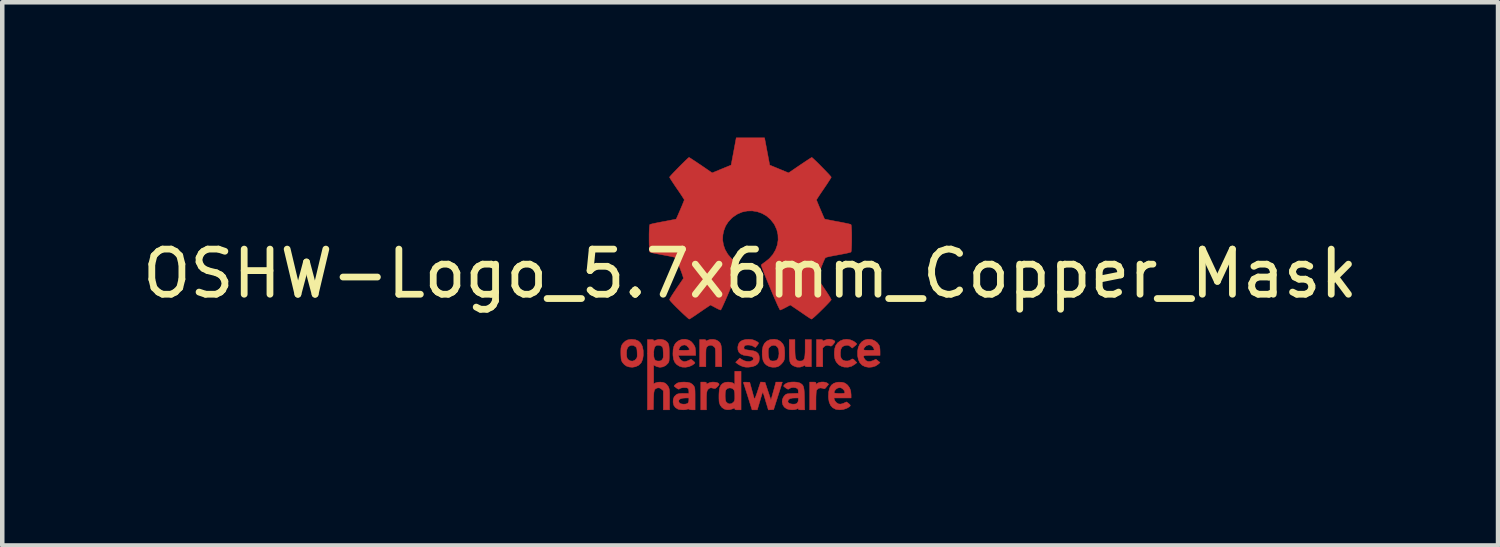
<source format=kicad_pcb>
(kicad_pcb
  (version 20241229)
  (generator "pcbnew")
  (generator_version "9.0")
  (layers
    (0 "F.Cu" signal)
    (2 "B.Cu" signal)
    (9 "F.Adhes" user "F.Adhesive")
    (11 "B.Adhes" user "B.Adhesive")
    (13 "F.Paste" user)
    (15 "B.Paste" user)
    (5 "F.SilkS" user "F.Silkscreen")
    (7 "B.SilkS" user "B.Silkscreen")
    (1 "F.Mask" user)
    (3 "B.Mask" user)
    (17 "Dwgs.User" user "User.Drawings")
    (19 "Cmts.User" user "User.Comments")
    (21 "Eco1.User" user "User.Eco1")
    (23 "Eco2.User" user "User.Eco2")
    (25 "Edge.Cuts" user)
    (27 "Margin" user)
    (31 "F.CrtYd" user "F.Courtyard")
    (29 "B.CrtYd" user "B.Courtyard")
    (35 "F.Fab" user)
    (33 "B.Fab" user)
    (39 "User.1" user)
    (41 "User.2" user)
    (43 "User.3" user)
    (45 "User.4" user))
  (footprint "OSHW-Logo_5.7x6mm_Copper_Mask"
    (layer "F.Cu")
    (at 13.577 3.017)
    (property "Reference" "OSHW-Logo_5.7x6mm_Copper_Mask" (at 0 0 0) (layer "F.SilkS") (effects (font (size 1 1) (thickness 0.15))))
    (attr exclude_from_pos_files exclude_from_bom)
    (fp_poly (pts (xy 1.799 1.458) (xy 1.843 1.471) (xy 1.871 1.488) (xy 1.88 1.501) (xy 1.877 1.517) (xy 1.861 1.541) (xy 1.847 1.559) (xy 1.819 1.59) (xy 1.798 1.604) (xy 1.78 1.603) (xy 1.726 1.589) (xy 1.687 1.59) (xy 1.655 1.605) (xy 1.644 1.614) (xy 1.61 1.646) (xy 1.61 2.062) (xy 1.471 2.062) (xy 1.471 1.459) (xy 1.54 1.459) (xy 1.582 1.46) (xy 1.603 1.466) (xy 1.61 1.477) (xy 1.61 1.478) (xy 1.612 1.49) (xy 1.626 1.488) (xy 1.644 1.48) (xy 1.682 1.464) (xy 1.713 1.454) (xy 1.753 1.451) (xy 1.799 1.458)) (stroke (width 0.01) (type solid)) (fill yes) (layer "F.Cu"))
    (fp_poly (pts (xy 1.635 2.401) (xy 1.684 2.411) (xy 1.711 2.425) (xy 1.74 2.449) (xy 1.699 2.501) (xy 1.673 2.532) (xy 1.656 2.547) (xy 1.639 2.55) (xy 1.614 2.542) (xy 1.602 2.538) (xy 1.554 2.532) (xy 1.51 2.545) (xy 1.478 2.576) (xy 1.473 2.585) (xy 1.467 2.611) (xy 1.463 2.659) (xy 1.46 2.725) (xy 1.459 2.806) (xy 1.459 2.817) (xy 1.459 3.018) (xy 1.32 3.018) (xy 1.32 2.402) (xy 1.389 2.402) (xy 1.429 2.403) (xy 1.45 2.407) (xy 1.458 2.418) (xy 1.459 2.428) (xy 1.459 2.454) (xy 1.492 2.428) (xy 1.53 2.41) (xy 1.581 2.401) (xy 1.635 2.401)) (stroke (width 0.01) (type solid)) (fill yes) (layer "F.Cu"))
    (fp_poly (pts (xy -0.993 2.403) (xy -0.975 2.409) (xy -0.968 2.421) (xy -0.968 2.427) (xy -0.967 2.442) (xy -0.96 2.445) (xy -0.939 2.434) (xy -0.927 2.427) (xy -0.889 2.411) (xy -0.844 2.403) (xy -0.797 2.403) (xy -0.752 2.409) (xy -0.716 2.42) (xy -0.693 2.436) (xy -0.688 2.456) (xy -0.69 2.462) (xy -0.707 2.485) (xy -0.733 2.513) (xy -0.738 2.517) (xy -0.762 2.538) (xy -0.784 2.545) (xy -0.814 2.54) (xy -0.826 2.537) (xy -0.863 2.529) (xy -0.889 2.533) (xy -0.911 2.545) (xy -0.931 2.561) (xy -0.946 2.581) (xy -0.956 2.609) (xy -0.963 2.648) (xy -0.967 2.704) (xy -0.968 2.779) (xy -0.968 2.824) (xy -0.968 3.018) (xy -1.094 3.018) (xy -1.094 2.402) (xy -1.031 2.402) (xy -0.993 2.403)) (stroke (width 0.01) (type solid)) (fill yes) (layer "F.Cu"))
    (fp_poly (pts (xy 0.993 1.654) (xy 0.995 1.747) (xy 0.999 1.817) (xy 1.008 1.867) (xy 1.022 1.902) (xy 1.042 1.923) (xy 1.071 1.933) (xy 1.107 1.936) (xy 1.144 1.933) (xy 1.172 1.922) (xy 1.192 1.9) (xy 1.206 1.865) (xy 1.214 1.814) (xy 1.219 1.742) (xy 1.22 1.654) (xy 1.22 1.459) (xy 1.358 1.459) (xy 1.358 2.062) (xy 1.289 2.062) (xy 1.247 2.06) (xy 1.226 2.055) (xy 1.22 2.043) (xy 1.216 2.033) (xy 1.202 2.035) (xy 1.173 2.05) (xy 1.106 2.071) (xy 1.036 2.07) (xy 0.968 2.046) (xy 0.936 2.027) (xy 0.912 2.007) (xy 0.894 1.982) (xy 0.881 1.947) (xy 0.874 1.901) (xy 0.87 1.839) (xy 0.868 1.758) (xy 0.868 1.695) (xy 0.868 1.459) (xy 0.993 1.459) (xy 0.993 1.654)) (stroke (width 0.01) (type solid)) (fill yes) (layer "F.Cu"))
    (fp_poly (pts (xy -0.754 1.469) (xy -0.723 1.484) (xy -0.692 1.506) (xy -0.669 1.53) (xy -0.652 1.562) (xy -0.641 1.604) (xy -0.634 1.66) (xy -0.63 1.734) (xy -0.629 1.829) (xy -0.629 1.839) (xy -0.629 2.062) (xy -0.767 2.062) (xy -0.767 1.856) (xy -0.767 1.78) (xy -0.768 1.725) (xy -0.77 1.687) (xy -0.773 1.661) (xy -0.779 1.643) (xy -0.788 1.63) (xy -0.8 1.618) (xy -0.843 1.59) (xy -0.89 1.585) (xy -0.934 1.602) (xy -0.95 1.615) (xy -0.961 1.627) (xy -0.969 1.641) (xy -0.975 1.659) (xy -0.978 1.686) (xy -0.98 1.726) (xy -0.981 1.784) (xy -0.981 1.854) (xy -0.981 2.062) (xy -1.119 2.062) (xy -1.119 1.459) (xy -1.05 1.459) (xy -1.008 1.46) (xy -0.987 1.466) (xy -0.981 1.477) (xy -0.981 1.478) (xy -0.978 1.489) (xy -0.965 1.488) (xy -0.94 1.475) (xy -0.883 1.457) (xy -0.817 1.455) (xy -0.754 1.469)) (stroke (width 0.01) (type solid)) (fill yes) (layer "F.Cu"))
    (fp_poly (pts (xy 2.217 1.464) (xy 2.29 1.495) (xy 2.313 1.51) (xy 2.342 1.533) (xy 2.361 1.551) (xy 2.364 1.557) (xy 2.355 1.57) (xy 2.332 1.593) (xy 2.313 1.608) (xy 2.263 1.649) (xy 2.223 1.615) (xy 2.192 1.594) (xy 2.162 1.586) (xy 2.127 1.588) (xy 2.073 1.602) (xy 2.035 1.63) (xy 2.012 1.675) (xy 2.002 1.741) (xy 2.002 1.741) (xy 2.002 1.815) (xy 2.016 1.869) (xy 2.044 1.906) (xy 2.063 1.918) (xy 2.114 1.934) (xy 2.168 1.934) (xy 2.215 1.919) (xy 2.226 1.911) (xy 2.253 1.893) (xy 2.275 1.889) (xy 2.299 1.903) (xy 2.325 1.929) (xy 2.366 1.971) (xy 2.32 2.008) (xy 2.25 2.051) (xy 2.17 2.072) (xy 2.087 2.07) (xy 2.033 2.056) (xy 1.969 2.022) (xy 1.918 1.968) (xy 1.895 1.93) (xy 1.876 1.876) (xy 1.867 1.806) (xy 1.867 1.731) (xy 1.876 1.659) (xy 1.894 1.599) (xy 1.897 1.593) (xy 1.94 1.532) (xy 1.998 1.488) (xy 2.067 1.461) (xy 2.141 1.453) (xy 2.217 1.464)) (stroke (width 0.01) (type solid)) (fill yes) (layer "F.Cu"))
    (fp_poly (pts (xy 0.611 1.466) (xy 0.674 1.501) (xy 0.724 1.555) (xy 0.748 1.6) (xy 0.758 1.639) (xy 0.764 1.695) (xy 0.767 1.76) (xy 0.766 1.824) (xy 0.761 1.881) (xy 0.755 1.912) (xy 0.734 1.953) (xy 0.698 1.997) (xy 0.656 2.036) (xy 0.613 2.061) (xy 0.612 2.061) (xy 0.56 2.072) (xy 0.497 2.073) (xy 0.438 2.063) (xy 0.415 2.055) (xy 0.356 2.021) (xy 0.314 1.978) (xy 0.286 1.92) (xy 0.271 1.844) (xy 0.267 1.804) (xy 0.268 1.754) (xy 0.402 1.754) (xy 0.407 1.827) (xy 0.42 1.882) (xy 0.441 1.918) (xy 0.456 1.928) (xy 0.493 1.935) (xy 0.539 1.933) (xy 0.577 1.923) (xy 0.588 1.917) (xy 0.615 1.885) (xy 0.632 1.835) (xy 0.64 1.774) (xy 0.636 1.708) (xy 0.628 1.669) (xy 0.604 1.624) (xy 0.567 1.595) (xy 0.522 1.586) (xy 0.475 1.596) (xy 0.439 1.621) (xy 0.42 1.642) (xy 0.409 1.662) (xy 0.404 1.69) (xy 0.402 1.733) (xy 0.402 1.754) (xy 0.268 1.754) (xy 0.268 1.698) (xy 0.285 1.611) (xy 0.319 1.543) (xy 0.369 1.494) (xy 0.435 1.464) (xy 0.45 1.46) (xy 0.535 1.452) (xy 0.611 1.466)) (stroke (width 0.01) (type solid)) (fill yes) (layer "F.Cu"))
    (fp_poly (pts (xy 0.282 2.404) (xy 0.331 2.408) (xy 0.461 2.798) (xy 0.482 2.729) (xy 0.494 2.686) (xy 0.51 2.628) (xy 0.528 2.565) (xy 0.537 2.531) (xy 0.571 2.402) (xy 0.714 2.402) (xy 0.672 2.537) (xy 0.651 2.603) (xy 0.625 2.684) (xy 0.599 2.767) (xy 0.575 2.842) (xy 0.521 3.012) (xy 0.463 3.015) (xy 0.404 3.019) (xy 0.373 2.915) (xy 0.353 2.85) (xy 0.332 2.778) (xy 0.313 2.715) (xy 0.313 2.713) (xy 0.299 2.67) (xy 0.286 2.641) (xy 0.278 2.63) (xy 0.276 2.631) (xy 0.27 2.648) (xy 0.258 2.685) (xy 0.242 2.736) (xy 0.224 2.798) (xy 0.214 2.832) (xy 0.159 3.018) (xy 0.043 3.018) (xy -0.049 2.725) (xy -0.075 2.643) (xy -0.099 2.569) (xy -0.119 2.506) (xy -0.135 2.457) (xy -0.145 2.426) (xy -0.148 2.417) (xy -0.146 2.407) (xy -0.127 2.403) (xy -0.087 2.404) (xy -0.081 2.404) (xy -0.008 2.408) (xy 0.04 2.584) (xy 0.058 2.648) (xy 0.073 2.705) (xy 0.086 2.748) (xy 0.094 2.775) (xy 0.095 2.779) (xy 0.101 2.774) (xy 0.113 2.749) (xy 0.13 2.706) (xy 0.15 2.65) (xy 0.167 2.599) (xy 0.232 2.401) (xy 0.282 2.404)) (stroke (width 0.01) (type solid)) (fill yes) (layer "F.Cu"))
    (fp_poly (pts (xy -2.538 1.465) (xy -2.472 1.494) (xy -2.423 1.543) (xy -2.388 1.611) (xy -2.37 1.699) (xy -2.369 1.712) (xy -2.368 1.809) (xy -2.381 1.894) (xy -2.408 1.962) (xy -2.423 1.984) (xy -2.473 2.031) (xy -2.538 2.061) (xy -2.61 2.074) (xy -2.683 2.067) (xy -2.739 2.048) (xy -2.787 2.015) (xy -2.826 1.971) (xy -2.827 1.97) (xy -2.843 1.943) (xy -2.853 1.916) (xy -2.86 1.882) (xy -2.863 1.834) (xy -2.865 1.795) (xy -2.866 1.759) (xy -2.74 1.759) (xy -2.739 1.795) (xy -2.734 1.842) (xy -2.726 1.872) (xy -2.712 1.894) (xy -2.699 1.907) (xy -2.652 1.933) (xy -2.603 1.937) (xy -2.557 1.918) (xy -2.534 1.896) (xy -2.517 1.875) (xy -2.507 1.854) (xy -2.503 1.828) (xy -2.503 1.788) (xy -2.504 1.751) (xy -2.507 1.698) (xy -2.512 1.664) (xy -2.52 1.641) (xy -2.533 1.624) (xy -2.544 1.615) (xy -2.589 1.589) (xy -2.637 1.588) (xy -2.678 1.603) (xy -2.713 1.635) (xy -2.733 1.687) (xy -2.74 1.759) (xy -2.866 1.759) (xy -2.866 1.717) (xy -2.864 1.658) (xy -2.856 1.614) (xy -2.843 1.579) (xy -2.822 1.549) (xy -2.814 1.539) (xy -2.766 1.494) (xy -2.714 1.467) (xy -2.651 1.456) (xy -2.62 1.455) (xy -2.538 1.465)) (stroke (width 0.01) (type solid)) (fill yes) (layer "F.Cu"))
    (fp_poly (pts (xy -0.201 3.018) (xy -0.27 3.018) (xy -0.31 3.017) (xy -0.331 3.012) (xy -0.339 3.001) (xy -0.34 2.994) (xy -0.341 2.98) (xy -0.349 2.977) (xy -0.37 2.986) (xy -0.386 2.994) (xy -0.449 3.014) (xy -0.517 3.015) (xy -0.573 3) (xy -0.624 2.965) (xy -0.664 2.913) (xy -0.685 2.851) (xy -0.686 2.848) (xy -0.689 2.811) (xy -0.691 2.757) (xy -0.691 2.716) (xy -0.553 2.716) (xy -0.55 2.77) (xy -0.543 2.815) (xy -0.533 2.84) (xy -0.496 2.874) (xy -0.452 2.887) (xy -0.407 2.877) (xy -0.368 2.847) (xy -0.353 2.827) (xy -0.345 2.803) (xy -0.34 2.768) (xy -0.34 2.716) (xy -0.341 2.664) (xy -0.346 2.619) (xy -0.353 2.588) (xy -0.354 2.585) (xy -0.38 2.553) (xy -0.42 2.535) (xy -0.463 2.532) (xy -0.504 2.545) (xy -0.534 2.573) (xy -0.537 2.578) (xy -0.547 2.612) (xy -0.552 2.661) (xy -0.553 2.716) (xy -0.691 2.716) (xy -0.691 2.696) (xy -0.69 2.663) (xy -0.684 2.581) (xy -0.671 2.52) (xy -0.649 2.474) (xy -0.618 2.441) (xy -0.587 2.421) (xy -0.544 2.407) (xy -0.491 2.402) (xy -0.436 2.406) (xy -0.39 2.418) (xy -0.365 2.433) (xy -0.34 2.456) (xy -0.34 2.163) (xy -0.201 2.163) (xy -0.201 3.018)) (stroke (width 0.01) (type solid)) (fill yes) (layer "F.Cu"))
    (fp_poly (pts (xy 2.678 1.456) (xy 2.71 1.464) (xy 2.772 1.493) (xy 2.825 1.537) (xy 2.861 1.589) (xy 2.866 1.601) (xy 2.873 1.632) (xy 2.878 1.677) (xy 2.88 1.723) (xy 2.88 1.811) (xy 2.697 1.811) (xy 2.622 1.811) (xy 2.569 1.813) (xy 2.535 1.817) (xy 2.518 1.826) (xy 2.514 1.84) (xy 2.521 1.86) (xy 2.533 1.884) (xy 2.566 1.925) (xy 2.612 1.945) (xy 2.669 1.944) (xy 2.733 1.922) (xy 2.788 1.895) (xy 2.834 1.932) (xy 2.88 1.968) (xy 2.837 2.008) (xy 2.779 2.046) (xy 2.708 2.068) (xy 2.632 2.075) (xy 2.558 2.063) (xy 2.546 2.059) (xy 2.481 2.026) (xy 2.433 1.975) (xy 2.4 1.906) (xy 2.382 1.818) (xy 2.382 1.816) (xy 2.381 1.72) (xy 2.387 1.686) (xy 2.515 1.686) (xy 2.527 1.691) (xy 2.558 1.695) (xy 2.605 1.697) (xy 2.635 1.698) (xy 2.691 1.697) (xy 2.725 1.696) (xy 2.744 1.692) (xy 2.75 1.685) (xy 2.748 1.674) (xy 2.747 1.669) (xy 2.724 1.627) (xy 2.689 1.594) (xy 2.658 1.579) (xy 2.616 1.58) (xy 2.574 1.598) (xy 2.539 1.629) (xy 2.518 1.666) (xy 2.515 1.686) (xy 2.387 1.686) (xy 2.397 1.635) (xy 2.429 1.564) (xy 2.475 1.509) (xy 2.533 1.471) (xy 2.601 1.453) (xy 2.678 1.456)) (stroke (width 0.01) (type solid)) (fill yes) (layer "F.Cu"))
    (fp_poly (pts (xy 0.014 1.456) (xy 0.062 1.465) (xy 0.111 1.484) (xy 0.116 1.487) (xy 0.154 1.506) (xy 0.18 1.525) (xy 0.188 1.537) (xy 0.18 1.556) (xy 0.161 1.584) (xy 0.152 1.594) (xy 0.117 1.636) (xy 0.071 1.609) (xy 0.027 1.591) (xy -0.023 1.581) (xy -0.071 1.581) (xy -0.109 1.59) (xy -0.117 1.595) (xy -0.135 1.621) (xy -0.137 1.651) (xy -0.124 1.674) (xy -0.116 1.679) (xy -0.094 1.684) (xy -0.054 1.691) (xy -0.005 1.697) (xy 0.004 1.698) (xy 0.083 1.712) (xy 0.14 1.735) (xy 0.178 1.77) (xy 0.199 1.818) (xy 0.206 1.878) (xy 0.197 1.945) (xy 0.167 1.998) (xy 0.117 2.037) (xy 0.047 2.061) (xy -0.031 2.071) (xy -0.095 2.071) (xy -0.147 2.062) (xy -0.182 2.05) (xy -0.227 2.029) (xy -0.268 2.005) (xy -0.283 1.994) (xy -0.321 1.963) (xy -0.275 1.917) (xy -0.23 1.871) (xy -0.178 1.905) (xy -0.126 1.931) (xy -0.071 1.944) (xy -0.017 1.946) (xy 0.028 1.935) (xy 0.06 1.914) (xy 0.07 1.895) (xy 0.069 1.865) (xy 0.043 1.843) (xy -0.007 1.827) (xy -0.061 1.82) (xy -0.145 1.806) (xy -0.207 1.78) (xy -0.248 1.741) (xy -0.27 1.688) (xy -0.273 1.625) (xy -0.258 1.56) (xy -0.225 1.51) (xy -0.171 1.476) (xy -0.099 1.458) (xy -0.045 1.455) (xy 0.014 1.456)) (stroke (width 0.01) (type solid)) (fill yes) (layer "F.Cu"))
    (fp_poly (pts (xy 2.033 2.405) (xy 2.093 2.421) (xy 2.143 2.453) (xy 2.167 2.477) (xy 2.207 2.534) (xy 2.23 2.6) (xy 2.238 2.681) (xy 2.238 2.688) (xy 2.238 2.754) (xy 1.858 2.754) (xy 1.866 2.788) (xy 1.881 2.82) (xy 1.907 2.852) (xy 1.912 2.857) (xy 1.958 2.886) (xy 2.01 2.89) (xy 2.071 2.872) (xy 2.081 2.867) (xy 2.112 2.852) (xy 2.133 2.843) (xy 2.137 2.842) (xy 2.15 2.85) (xy 2.174 2.869) (xy 2.187 2.879) (xy 2.212 2.903) (xy 2.221 2.919) (xy 2.215 2.934) (xy 2.212 2.938) (xy 2.191 2.955) (xy 2.156 2.976) (xy 2.131 2.988) (xy 2.062 3.01) (xy 1.985 3.017) (xy 1.913 3.009) (xy 1.892 3.003) (xy 1.829 2.969) (xy 1.783 2.917) (xy 1.752 2.846) (xy 1.737 2.757) (xy 1.736 2.71) (xy 1.74 2.641) (xy 1.861 2.641) (xy 1.873 2.646) (xy 1.904 2.65) (xy 1.95 2.653) (xy 1.98 2.653) (xy 2.036 2.653) (xy 2.071 2.651) (xy 2.09 2.647) (xy 2.098 2.639) (xy 2.1 2.628) (xy 2.089 2.594) (xy 2.062 2.561) (xy 2.026 2.535) (xy 1.991 2.525) (xy 1.942 2.534) (xy 1.9 2.561) (xy 1.871 2.6) (xy 1.861 2.641) (xy 1.74 2.641) (xy 1.743 2.61) (xy 1.764 2.531) (xy 1.8 2.471) (xy 1.852 2.431) (xy 1.92 2.408) (xy 1.957 2.404) (xy 2.033 2.405)) (stroke (width 0.01) (type solid)) (fill yes) (layer "F.Cu"))
    (fp_poly (pts (xy -1.357 1.473) (xy -1.344 1.479) (xy -1.301 1.51) (xy -1.26 1.557) (xy -1.229 1.608) (xy -1.22 1.631) (xy -1.213 1.673) (xy -1.208 1.724) (xy -1.207 1.745) (xy -1.207 1.811) (xy -1.587 1.811) (xy -1.579 1.845) (xy -1.559 1.886) (xy -1.524 1.922) (xy -1.483 1.944) (xy -1.457 1.949) (xy -1.421 1.943) (xy -1.378 1.929) (xy -1.364 1.922) (xy -1.31 1.896) (xy -1.265 1.93) (xy -1.238 1.954) (xy -1.224 1.973) (xy -1.223 1.979) (xy -1.236 1.993) (xy -1.263 2.014) (xy -1.288 2.03) (xy -1.356 2.06) (xy -1.431 2.073) (xy -1.506 2.07) (xy -1.565 2.052) (xy -1.627 2.013) (xy -1.671 1.962) (xy -1.698 1.895) (xy -1.71 1.811) (xy -1.711 1.773) (xy -1.707 1.685) (xy -1.706 1.682) (xy -1.581 1.682) (xy -1.577 1.691) (xy -1.563 1.695) (xy -1.533 1.697) (xy -1.485 1.698) (xy -1.466 1.698) (xy -1.408 1.697) (xy -1.372 1.694) (xy -1.353 1.689) (xy -1.346 1.681) (xy -1.345 1.679) (xy -1.353 1.658) (xy -1.373 1.63) (xy -1.382 1.62) (xy -1.413 1.591) (xy -1.446 1.58) (xy -1.464 1.579) (xy -1.512 1.591) (xy -1.552 1.622) (xy -1.577 1.668) (xy -1.578 1.669) (xy -1.581 1.682) (xy -1.706 1.682) (xy -1.692 1.616) (xy -1.666 1.56) (xy -1.634 1.521) (xy -1.574 1.478) (xy -1.504 1.455) (xy -1.43 1.453) (xy -1.357 1.473)) (stroke (width 0.01) (type solid)) (fill yes) (layer "F.Cu"))
    (fp_poly (pts (xy 1.038 2.405) (xy 1.091 2.418) (xy 1.107 2.425) (xy 1.136 2.443) (xy 1.159 2.463) (xy 1.176 2.489) (xy 1.188 2.524) (xy 1.196 2.572) (xy 1.201 2.636) (xy 1.204 2.72) (xy 1.205 2.776) (xy 1.209 3.018) (xy 1.139 3.018) (xy 1.096 3.016) (xy 1.074 3.01) (xy 1.069 3) (xy 1.066 2.989) (xy 1.052 2.991) (xy 1.034 3) (xy 0.989 3.013) (xy 0.93 3.017) (xy 0.868 3.011) (xy 0.814 2.996) (xy 0.809 2.993) (xy 0.759 2.958) (xy 0.726 2.909) (xy 0.711 2.852) (xy 0.712 2.832) (xy 0.836 2.832) (xy 0.846 2.859) (xy 0.879 2.879) (xy 0.931 2.89) (xy 0.959 2.891) (xy 1.005 2.888) (xy 1.036 2.874) (xy 1.044 2.867) (xy 1.064 2.831) (xy 1.069 2.798) (xy 1.069 2.754) (xy 1.008 2.754) (xy 0.936 2.757) (xy 0.886 2.769) (xy 0.855 2.789) (xy 0.848 2.798) (xy 0.836 2.832) (xy 0.712 2.832) (xy 0.714 2.792) (xy 0.737 2.735) (xy 0.768 2.697) (xy 0.786 2.68) (xy 0.805 2.669) (xy 0.829 2.662) (xy 0.864 2.658) (xy 0.917 2.656) (xy 0.938 2.655) (xy 1.069 2.651) (xy 1.069 2.611) (xy 1.064 2.569) (xy 1.045 2.544) (xy 1.008 2.528) (xy 1.007 2.528) (xy 0.954 2.521) (xy 0.903 2.53) (xy 0.865 2.55) (xy 0.849 2.56) (xy 0.833 2.558) (xy 0.807 2.544) (xy 0.792 2.534) (xy 0.763 2.512) (xy 0.745 2.496) (xy 0.742 2.491) (xy 0.754 2.467) (xy 0.789 2.438) (xy 0.805 2.428) (xy 0.849 2.412) (xy 0.908 2.402) (xy 0.974 2.4) (xy 1.038 2.405)) (stroke (width 0.01) (type solid)) (fill yes) (layer "F.Cu"))
    (fp_poly (pts (xy -1.384 2.407) (xy -1.325 2.422) (xy -1.28 2.451) (xy -1.248 2.488) (xy -1.238 2.504) (xy -1.231 2.521) (xy -1.226 2.543) (xy -1.223 2.573) (xy -1.221 2.615) (xy -1.22 2.674) (xy -1.22 2.753) (xy -1.22 2.774) (xy -1.22 3.018) (xy -1.28 3.018) (xy -1.319 3.015) (xy -1.347 3.008) (xy -1.354 3.004) (xy -1.374 2.997) (xy -1.394 3.004) (xy -1.426 3.013) (xy -1.474 3.017) (xy -1.527 3.015) (xy -1.575 3.009) (xy -1.603 3) (xy -1.658 2.965) (xy -1.692 2.916) (xy -1.707 2.852) (xy -1.707 2.85) (xy -1.706 2.822) (xy -1.584 2.822) (xy -1.574 2.854) (xy -1.556 2.873) (xy -1.522 2.886) (xy -1.476 2.892) (xy -1.429 2.889) (xy -1.392 2.878) (xy -1.381 2.871) (xy -1.363 2.839) (xy -1.358 2.802) (xy -1.358 2.754) (xy -1.428 2.754) (xy -1.494 2.759) (xy -1.544 2.773) (xy -1.575 2.796) (xy -1.584 2.822) (xy -1.706 2.822) (xy -1.704 2.78) (xy -1.681 2.724) (xy -1.637 2.682) (xy -1.631 2.678) (xy -1.605 2.665) (xy -1.573 2.658) (xy -1.528 2.654) (xy -1.474 2.653) (xy -1.358 2.653) (xy -1.358 2.604) (xy -1.363 2.567) (xy -1.376 2.541) (xy -1.377 2.54) (xy -1.405 2.529) (xy -1.447 2.525) (xy -1.494 2.527) (xy -1.535 2.535) (xy -1.56 2.547) (xy -1.573 2.557) (xy -1.587 2.559) (xy -1.607 2.551) (xy -1.636 2.531) (xy -1.68 2.497) (xy -1.684 2.494) (xy -1.682 2.482) (xy -1.665 2.463) (xy -1.638 2.441) (xy -1.61 2.423) (xy -1.6 2.419) (xy -1.567 2.41) (xy -1.519 2.404) (xy -1.465 2.402) (xy -1.462 2.402) (xy -1.384 2.407)) (stroke (width 0.01) (type solid)) (fill yes) (layer "F.Cu"))
    (fp_poly (pts (xy -1.909 1.469) (xy -1.882 1.482) (xy -1.85 1.505) (xy -1.826 1.53) (xy -1.809 1.561) (xy -1.799 1.603) (xy -1.794 1.66) (xy -1.792 1.736) (xy -1.792 1.769) (xy -1.792 1.841) (xy -1.794 1.892) (xy -1.796 1.927) (xy -1.802 1.952) (xy -1.81 1.97) (xy -1.818 1.982) (xy -1.87 2.034) (xy -1.932 2.065) (xy -1.999 2.075) (xy -2.066 2.061) (xy -2.087 2.051) (xy -2.138 2.025) (xy -2.138 2.44) (xy -2.101 2.421) (xy -2.052 2.406) (xy -1.992 2.402) (xy -1.932 2.409) (xy -1.886 2.425) (xy -1.849 2.455) (xy -1.817 2.498) (xy -1.814 2.502) (xy -1.804 2.523) (xy -1.797 2.544) (xy -1.791 2.57) (xy -1.788 2.604) (xy -1.786 2.651) (xy -1.786 2.715) (xy -1.786 2.787) (xy -1.786 3.018) (xy -1.924 3.018) (xy -1.924 2.593) (xy -1.963 2.56) (xy -2.003 2.534) (xy -2.041 2.529) (xy -2.079 2.541) (xy -2.099 2.553) (xy -2.115 2.57) (xy -2.125 2.596) (xy -2.133 2.634) (xy -2.137 2.688) (xy -2.14 2.761) (xy -2.141 2.81) (xy -2.144 3.012) (xy -2.21 3.015) (xy -2.276 3.019) (xy -2.276 1.771) (xy -2.138 1.771) (xy -2.134 1.84) (xy -2.122 1.889) (xy -2.1 1.919) (xy -2.066 1.933) (xy -2.031 1.936) (xy -1.991 1.933) (xy -1.965 1.92) (xy -1.949 1.902) (xy -1.936 1.883) (xy -1.928 1.862) (xy -1.925 1.832) (xy -1.925 1.787) (xy -1.926 1.75) (xy -1.929 1.694) (xy -1.932 1.657) (xy -1.939 1.633) (xy -1.95 1.617) (xy -1.96 1.608) (xy -2.002 1.589) (xy -2.052 1.585) (xy -2.08 1.592) (xy -2.109 1.616) (xy -2.128 1.664) (xy -2.137 1.734) (xy -2.138 1.771) (xy -2.276 1.771) (xy -2.276 1.459) (xy -2.207 1.459) (xy -2.165 1.46) (xy -2.144 1.466) (xy -2.138 1.477) (xy -2.138 1.478) (xy -2.135 1.489) (xy -2.122 1.488) (xy -2.097 1.475) (xy -2.038 1.457) (xy -1.972 1.455) (xy -1.909 1.469)) (stroke (width 0.01) (type solid)) (fill yes) (layer "F.Cu"))
    (fp_poly (pts (xy 0.377 -2.71) (xy 0.434 -2.408) (xy 0.853 -2.235) (xy 1.105 -2.407) (xy 1.175 -2.454) (xy 1.239 -2.497) (xy 1.293 -2.532) (xy 1.334 -2.559) (xy 1.36 -2.574) (xy 1.367 -2.578) (xy 1.379 -2.569) (xy 1.406 -2.545) (xy 1.444 -2.509) (xy 1.491 -2.464) (xy 1.542 -2.413) (xy 1.596 -2.358) (xy 1.649 -2.304) (xy 1.698 -2.253) (xy 1.741 -2.208) (xy 1.773 -2.172) (xy 1.793 -2.148) (xy 1.798 -2.14) (xy 1.791 -2.125) (xy 1.772 -2.093) (xy 1.742 -2.047) (xy 1.705 -1.989) (xy 1.66 -1.923) (xy 1.635 -1.886) (xy 1.588 -1.817) (xy 1.546 -1.755) (xy 1.512 -1.703) (xy 1.487 -1.664) (xy 1.473 -1.641) (xy 1.471 -1.636) (xy 1.476 -1.622) (xy 1.489 -1.59) (xy 1.508 -1.544) (xy 1.531 -1.488) (xy 1.557 -1.427) (xy 1.583 -1.366) (xy 1.607 -1.31) (xy 1.628 -1.262) (xy 1.643 -1.228) (xy 1.651 -1.211) (xy 1.652 -1.211) (xy 1.665 -1.208) (xy 1.699 -1.201) (xy 1.75 -1.191) (xy 1.816 -1.178) (xy 1.893 -1.163) (xy 1.937 -1.155) (xy 2.019 -1.14) (xy 2.093 -1.125) (xy 2.155 -1.112) (xy 2.202 -1.101) (xy 2.23 -1.093) (xy 2.235 -1.091) (xy 2.241 -1.074) (xy 2.245 -1.037) (xy 2.248 -0.983) (xy 2.251 -0.917) (xy 2.252 -0.844) (xy 2.252 -0.767) (xy 2.251 -0.691) (xy 2.249 -0.621) (xy 2.246 -0.56) (xy 2.243 -0.514) (xy 2.238 -0.486) (xy 2.235 -0.48) (xy 2.217 -0.473) (xy 2.179 -0.463) (xy 2.127 -0.451) (xy 2.065 -0.439) (xy 2.043 -0.435) (xy 1.938 -0.415) (xy 1.855 -0.4) (xy 1.792 -0.388) (xy 1.745 -0.378) (xy 1.711 -0.37) (xy 1.689 -0.363) (xy 1.676 -0.357) (xy 1.667 -0.351) (xy 1.666 -0.35) (xy 1.655 -0.331) (xy 1.638 -0.294) (xy 1.616 -0.244) (xy 1.592 -0.185) (xy 1.567 -0.121) (xy 1.543 -0.058) (xy 1.522 0.001) (xy 1.505 0.05) (xy 1.494 0.086) (xy 1.492 0.104) (xy 1.492 0.104) (xy 1.501 0.119) (xy 1.523 0.151) (xy 1.554 0.197) (xy 1.593 0.253) (xy 1.637 0.318) (xy 1.649 0.336) (xy 1.694 0.402) (xy 1.733 0.462) (xy 1.765 0.513) (xy 1.787 0.552) (xy 1.798 0.574) (xy 1.798 0.576) (xy 1.789 0.591) (xy 1.765 0.619) (xy 1.729 0.658) (xy 1.683 0.706) (xy 1.632 0.758) (xy 1.577 0.812) (xy 1.523 0.865) (xy 1.472 0.913) (xy 1.427 0.955) (xy 1.391 0.985) (xy 1.368 1.003) (xy 1.362 1.006) (xy 1.347 0.999) (xy 1.316 0.981) (xy 1.275 0.954) (xy 1.244 0.933) (xy 1.187 0.894) (xy 1.119 0.847) (xy 1.051 0.801) (xy 1.014 0.776) (xy 0.891 0.693) (xy 0.787 0.749) (xy 0.74 0.773) (xy 0.7 0.792) (xy 0.672 0.803) (xy 0.665 0.805) (xy 0.657 0.794) (xy 0.641 0.762) (xy 0.617 0.713) (xy 0.588 0.649) (xy 0.555 0.574) (xy 0.518 0.489) (xy 0.48 0.399) (xy 0.441 0.306) (xy 0.402 0.213) (xy 0.365 0.123) (xy 0.331 0.039) (xy 0.301 -0.037) (xy 0.276 -0.1) (xy 0.258 -0.15) (xy 0.248 -0.182) (xy 0.246 -0.193) (xy 0.259 -0.206) (xy 0.288 -0.229) (xy 0.325 -0.256) (xy 0.329 -0.258) (xy 0.426 -0.336) (xy 0.505 -0.427) (xy 0.564 -0.528) (xy 0.603 -0.637) (xy 0.621 -0.749) (xy 0.617 -0.863) (xy 0.591 -0.976) (xy 0.542 -1.084) (xy 0.527 -1.108) (xy 0.452 -1.203) (xy 0.364 -1.28) (xy 0.265 -1.337) (xy 0.158 -1.375) (xy 0.047 -1.393) (xy -0.066 -1.39) (xy -0.176 -1.367) (xy -0.282 -1.322) (xy -0.38 -1.256) (xy -0.41 -1.23) (xy -0.488 -1.145) (xy -0.544 -1.057) (xy -0.582 -0.958) (xy -0.604 -0.86) (xy -0.609 -0.749) (xy -0.591 -0.638) (xy -0.553 -0.531) (xy -0.494 -0.43) (xy -0.418 -0.34) (xy -0.327 -0.264) (xy -0.315 -0.256) (xy -0.277 -0.23) (xy -0.248 -0.207) (xy -0.234 -0.193) (xy -0.234 -0.193) (xy -0.237 -0.177) (xy -0.248 -0.141) (xy -0.268 -0.089) (xy -0.293 -0.023) (xy -0.324 0.055) (xy -0.359 0.14) (xy -0.397 0.231) (xy -0.436 0.325) (xy -0.475 0.417) (xy -0.513 0.506) (xy -0.549 0.589) (xy -0.582 0.662) (xy -0.61 0.724) (xy -0.632 0.77) (xy -0.647 0.797) (xy -0.653 0.805) (xy -0.671 0.799) (xy -0.706 0.784) (xy -0.75 0.762) (xy -0.774 0.749) (xy -0.878 0.693) (xy -1.002 0.776) (xy -1.065 0.819) (xy -1.134 0.866) (xy -1.199 0.911) (xy -1.231 0.933) (xy -1.277 0.963) (xy -1.315 0.988) (xy -1.342 1.003) (xy -1.351 1.006) (xy -1.363 0.997) (xy -1.391 0.974) (xy -1.431 0.937) (xy -1.482 0.891) (xy -1.539 0.836) (xy -1.575 0.801) (xy -1.639 0.739) (xy -1.694 0.683) (xy -1.738 0.636) (xy -1.769 0.601) (xy -1.784 0.579) (xy -1.786 0.575) (xy -1.779 0.558) (xy -1.76 0.524) (xy -1.73 0.476) (xy -1.693 0.419) (xy -1.649 0.354) (xy -1.637 0.336) (xy -1.592 0.27) (xy -1.551 0.211) (xy -1.518 0.162) (xy -1.493 0.126) (xy -1.481 0.107) (xy -1.479 0.104) (xy -1.481 0.089) (xy -1.491 0.055) (xy -1.507 0.006) (xy -1.528 -0.052) (xy -1.552 -0.115) (xy -1.577 -0.178) (xy -1.601 -0.238) (xy -1.623 -0.29) (xy -1.641 -0.328) (xy -1.653 -0.349) (xy -1.654 -0.35) (xy -1.661 -0.356) (xy -1.674 -0.362) (xy -1.694 -0.369) (xy -1.725 -0.376) (xy -1.769 -0.386) (xy -1.829 -0.397) (xy -1.908 -0.412) (xy -2.009 -0.431) (xy -2.03 -0.435) (xy -2.095 -0.447) (xy -2.151 -0.459) (xy -2.194 -0.47) (xy -2.219 -0.478) (xy -2.222 -0.48) (xy -2.228 -0.497) (xy -2.232 -0.534) (xy -2.235 -0.588) (xy -2.238 -0.654) (xy -2.239 -0.728) (xy -2.239 -0.804) (xy -2.239 -0.88) (xy -2.237 -0.95) (xy -2.234 -1.011) (xy -2.23 -1.057) (xy -2.225 -1.085) (xy -2.223 -1.091) (xy -2.206 -1.096) (xy -2.169 -1.106) (xy -2.114 -1.118) (xy -2.045 -1.132) (xy -1.967 -1.147) (xy -1.925 -1.155) (xy -1.844 -1.17) (xy -1.772 -1.184) (xy -1.712 -1.196) (xy -1.668 -1.204) (xy -1.643 -1.21) (xy -1.639 -1.211) (xy -1.633 -1.224) (xy -1.618 -1.256) (xy -1.598 -1.302) (xy -1.574 -1.358) (xy -1.548 -1.418) (xy -1.522 -1.479) (xy -1.498 -1.536) (xy -1.479 -1.584) (xy -1.465 -1.619) (xy -1.459 -1.636) (xy -1.459 -1.637) (xy -1.465 -1.65) (xy -1.485 -1.681) (xy -1.514 -1.727) (xy -1.552 -1.784) (xy -1.596 -1.849) (xy -1.622 -1.886) (xy -1.669 -1.955) (xy -1.71 -2.017) (xy -1.745 -2.07) (xy -1.77 -2.11) (xy -1.784 -2.135) (xy -1.786 -2.14) (xy -1.777 -2.153) (xy -1.754 -2.18) (xy -1.718 -2.219) (xy -1.673 -2.266) (xy -1.623 -2.318) (xy -1.569 -2.373) (xy -1.516 -2.426) (xy -1.465 -2.476) (xy -1.421 -2.519) (xy -1.385 -2.553) (xy -1.362 -2.573) (xy -1.354 -2.578) (xy -1.341 -2.571) (xy -1.311 -2.552) (xy -1.265 -2.522) (xy -1.208 -2.485) (xy -1.142 -2.44) (xy -1.092 -2.407) (xy -0.841 -2.235) (xy -0.631 -2.322) (xy -0.421 -2.408) (xy -0.364 -2.71) (xy -0.308 -3.012) (xy 0.32 -3.012) (xy 0.377 -2.71)) (stroke (width 0.01) (type solid)) (fill yes) (layer "F.Cu"))
    (fp_poly (pts (xy 1.799 1.458) (xy 1.843 1.471) (xy 1.871 1.488) (xy 1.88 1.501) (xy 1.877 1.517) (xy 1.861 1.541) (xy 1.847 1.559) (xy 1.819 1.59) (xy 1.798 1.604) (xy 1.78 1.603) (xy 1.726 1.589) (xy 1.687 1.59) (xy 1.655 1.605) (xy 1.644 1.614) (xy 1.61 1.646) (xy 1.61 2.062) (xy 1.471 2.062) (xy 1.471 1.459) (xy 1.54 1.459) (xy 1.582 1.46) (xy 1.603 1.466) (xy 1.61 1.477) (xy 1.61 1.478) (xy 1.612 1.49) (xy 1.626 1.488) (xy 1.644 1.48) (xy 1.682 1.464) (xy 1.713 1.454) (xy 1.753 1.451) (xy 1.799 1.458)) (stroke (width 0.01) (type solid)) (fill yes) (layer "F.Mask"))
    (fp_poly (pts (xy 1.635 2.401) (xy 1.684 2.411) (xy 1.711 2.425) (xy 1.74 2.449) (xy 1.699 2.501) (xy 1.673 2.532) (xy 1.656 2.547) (xy 1.639 2.55) (xy 1.614 2.542) (xy 1.602 2.538) (xy 1.554 2.532) (xy 1.51 2.545) (xy 1.478 2.576) (xy 1.473 2.585) (xy 1.467 2.611) (xy 1.463 2.659) (xy 1.46 2.725) (xy 1.459 2.806) (xy 1.459 2.817) (xy 1.459 3.018) (xy 1.32 3.018) (xy 1.32 2.402) (xy 1.389 2.402) (xy 1.429 2.403) (xy 1.45 2.407) (xy 1.458 2.418) (xy 1.459 2.428) (xy 1.459 2.454) (xy 1.492 2.428) (xy 1.53 2.41) (xy 1.581 2.401) (xy 1.635 2.401)) (stroke (width 0.01) (type solid)) (fill yes) (layer "F.Mask"))
    (fp_poly (pts (xy -0.993 2.403) (xy -0.975 2.409) (xy -0.968 2.421) (xy -0.968 2.427) (xy -0.967 2.442) (xy -0.96 2.445) (xy -0.939 2.434) (xy -0.927 2.427) (xy -0.889 2.411) (xy -0.844 2.403) (xy -0.797 2.403) (xy -0.752 2.409) (xy -0.716 2.42) (xy -0.693 2.436) (xy -0.688 2.456) (xy -0.69 2.462) (xy -0.707 2.485) (xy -0.733 2.513) (xy -0.738 2.517) (xy -0.762 2.538) (xy -0.784 2.545) (xy -0.814 2.54) (xy -0.826 2.537) (xy -0.863 2.529) (xy -0.889 2.533) (xy -0.911 2.545) (xy -0.931 2.561) (xy -0.946 2.581) (xy -0.956 2.609) (xy -0.963 2.648) (xy -0.967 2.704) (xy -0.968 2.779) (xy -0.968 2.824) (xy -0.968 3.018) (xy -1.094 3.018) (xy -1.094 2.402) (xy -1.031 2.402) (xy -0.993 2.403)) (stroke (width 0.01) (type solid)) (fill yes) (layer "F.Mask"))
    (fp_poly (pts (xy 0.993 1.654) (xy 0.995 1.747) (xy 0.999 1.817) (xy 1.008 1.867) (xy 1.022 1.902) (xy 1.042 1.923) (xy 1.071 1.933) (xy 1.107 1.936) (xy 1.144 1.933) (xy 1.172 1.922) (xy 1.192 1.9) (xy 1.206 1.865) (xy 1.214 1.814) (xy 1.219 1.742) (xy 1.22 1.654) (xy 1.22 1.459) (xy 1.358 1.459) (xy 1.358 2.062) (xy 1.289 2.062) (xy 1.247 2.06) (xy 1.226 2.055) (xy 1.22 2.043) (xy 1.216 2.033) (xy 1.202 2.035) (xy 1.173 2.05) (xy 1.106 2.071) (xy 1.036 2.07) (xy 0.968 2.046) (xy 0.936 2.027) (xy 0.912 2.007) (xy 0.894 1.982) (xy 0.881 1.947) (xy 0.874 1.901) (xy 0.87 1.839) (xy 0.868 1.758) (xy 0.868 1.695) (xy 0.868 1.459) (xy 0.993 1.459) (xy 0.993 1.654)) (stroke (width 0.01) (type solid)) (fill yes) (layer "F.Mask"))
    (fp_poly (pts (xy -0.754 1.469) (xy -0.723 1.484) (xy -0.692 1.506) (xy -0.669 1.53) (xy -0.652 1.562) (xy -0.641 1.604) (xy -0.634 1.66) (xy -0.63 1.734) (xy -0.629 1.829) (xy -0.629 1.839) (xy -0.629 2.062) (xy -0.767 2.062) (xy -0.767 1.856) (xy -0.767 1.78) (xy -0.768 1.725) (xy -0.77 1.687) (xy -0.773 1.661) (xy -0.779 1.643) (xy -0.788 1.63) (xy -0.8 1.618) (xy -0.843 1.59) (xy -0.89 1.585) (xy -0.934 1.602) (xy -0.95 1.615) (xy -0.961 1.627) (xy -0.969 1.641) (xy -0.975 1.659) (xy -0.978 1.686) (xy -0.98 1.726) (xy -0.981 1.784) (xy -0.981 1.854) (xy -0.981 2.062) (xy -1.119 2.062) (xy -1.119 1.459) (xy -1.05 1.459) (xy -1.008 1.46) (xy -0.987 1.466) (xy -0.981 1.477) (xy -0.981 1.478) (xy -0.978 1.489) (xy -0.965 1.488) (xy -0.94 1.475) (xy -0.883 1.457) (xy -0.817 1.455) (xy -0.754 1.469)) (stroke (width 0.01) (type solid)) (fill yes) (layer "F.Mask"))
    (fp_poly (pts (xy 2.217 1.464) (xy 2.29 1.495) (xy 2.313 1.51) (xy 2.342 1.533) (xy 2.361 1.551) (xy 2.364 1.557) (xy 2.355 1.57) (xy 2.332 1.593) (xy 2.313 1.608) (xy 2.263 1.649) (xy 2.223 1.615) (xy 2.192 1.594) (xy 2.162 1.586) (xy 2.127 1.588) (xy 2.073 1.602) (xy 2.035 1.63) (xy 2.012 1.675) (xy 2.002 1.741) (xy 2.002 1.741) (xy 2.002 1.815) (xy 2.016 1.869) (xy 2.044 1.906) (xy 2.063 1.918) (xy 2.114 1.934) (xy 2.168 1.934) (xy 2.215 1.919) (xy 2.226 1.911) (xy 2.253 1.893) (xy 2.275 1.889) (xy 2.299 1.903) (xy 2.325 1.929) (xy 2.366 1.971) (xy 2.32 2.008) (xy 2.25 2.051) (xy 2.17 2.072) (xy 2.087 2.07) (xy 2.033 2.056) (xy 1.969 2.022) (xy 1.918 1.968) (xy 1.895 1.93) (xy 1.876 1.876) (xy 1.867 1.806) (xy 1.867 1.731) (xy 1.876 1.659) (xy 1.894 1.599) (xy 1.897 1.593) (xy 1.94 1.532) (xy 1.998 1.488) (xy 2.067 1.461) (xy 2.141 1.453) (xy 2.217 1.464)) (stroke (width 0.01) (type solid)) (fill yes) (layer "F.Mask"))
    (fp_poly (pts (xy 0.611 1.466) (xy 0.674 1.501) (xy 0.724 1.555) (xy 0.748 1.6) (xy 0.758 1.639) (xy 0.764 1.695) (xy 0.767 1.76) (xy 0.766 1.824) (xy 0.761 1.881) (xy 0.755 1.912) (xy 0.734 1.953) (xy 0.698 1.997) (xy 0.656 2.036) (xy 0.613 2.061) (xy 0.612 2.061) (xy 0.56 2.072) (xy 0.497 2.073) (xy 0.438 2.063) (xy 0.415 2.055) (xy 0.356 2.021) (xy 0.314 1.978) (xy 0.286 1.92) (xy 0.271 1.844) (xy 0.267 1.804) (xy 0.268 1.754) (xy 0.402 1.754) (xy 0.407 1.827) (xy 0.42 1.882) (xy 0.441 1.918) (xy 0.456 1.928) (xy 0.493 1.935) (xy 0.539 1.933) (xy 0.577 1.923) (xy 0.588 1.917) (xy 0.615 1.885) (xy 0.632 1.835) (xy 0.64 1.774) (xy 0.636 1.708) (xy 0.628 1.669) (xy 0.604 1.624) (xy 0.567 1.595) (xy 0.522 1.586) (xy 0.475 1.596) (xy 0.439 1.621) (xy 0.42 1.642) (xy 0.409 1.662) (xy 0.404 1.69) (xy 0.402 1.733) (xy 0.402 1.754) (xy 0.268 1.754) (xy 0.268 1.698) (xy 0.285 1.611) (xy 0.319 1.543) (xy 0.369 1.494) (xy 0.435 1.464) (xy 0.45 1.46) (xy 0.535 1.452) (xy 0.611 1.466)) (stroke (width 0.01) (type solid)) (fill yes) (layer "F.Mask"))
    (fp_poly (pts (xy 0.282 2.404) (xy 0.331 2.408) (xy 0.461 2.798) (xy 0.482 2.729) (xy 0.494 2.686) (xy 0.51 2.628) (xy 0.528 2.565) (xy 0.537 2.531) (xy 0.571 2.402) (xy 0.714 2.402) (xy 0.672 2.537) (xy 0.651 2.603) (xy 0.625 2.684) (xy 0.599 2.767) (xy 0.575 2.842) (xy 0.521 3.012) (xy 0.463 3.015) (xy 0.404 3.019) (xy 0.373 2.915) (xy 0.353 2.85) (xy 0.332 2.778) (xy 0.313 2.715) (xy 0.313 2.713) (xy 0.299 2.67) (xy 0.286 2.641) (xy 0.278 2.63) (xy 0.276 2.631) (xy 0.27 2.648) (xy 0.258 2.685) (xy 0.242 2.736) (xy 0.224 2.798) (xy 0.214 2.832) (xy 0.159 3.018) (xy 0.043 3.018) (xy -0.049 2.725) (xy -0.075 2.643) (xy -0.099 2.569) (xy -0.119 2.506) (xy -0.135 2.457) (xy -0.145 2.426) (xy -0.148 2.417) (xy -0.146 2.407) (xy -0.127 2.403) (xy -0.087 2.404) (xy -0.081 2.404) (xy -0.008 2.408) (xy 0.04 2.584) (xy 0.058 2.648) (xy 0.073 2.705) (xy 0.086 2.748) (xy 0.094 2.775) (xy 0.095 2.779) (xy 0.101 2.774) (xy 0.113 2.749) (xy 0.13 2.706) (xy 0.15 2.65) (xy 0.167 2.599) (xy 0.232 2.401) (xy 0.282 2.404)) (stroke (width 0.01) (type solid)) (fill yes) (layer "F.Mask"))
    (fp_poly (pts (xy -2.538 1.465) (xy -2.472 1.494) (xy -2.423 1.543) (xy -2.388 1.611) (xy -2.37 1.699) (xy -2.369 1.712) (xy -2.368 1.809) (xy -2.381 1.894) (xy -2.408 1.962) (xy -2.423 1.984) (xy -2.473 2.031) (xy -2.538 2.061) (xy -2.61 2.074) (xy -2.683 2.067) (xy -2.739 2.048) (xy -2.787 2.015) (xy -2.826 1.971) (xy -2.827 1.97) (xy -2.843 1.943) (xy -2.853 1.916) (xy -2.86 1.882) (xy -2.863 1.834) (xy -2.865 1.795) (xy -2.866 1.759) (xy -2.74 1.759) (xy -2.739 1.795) (xy -2.734 1.842) (xy -2.726 1.872) (xy -2.712 1.894) (xy -2.699 1.907) (xy -2.652 1.933) (xy -2.603 1.937) (xy -2.557 1.918) (xy -2.534 1.896) (xy -2.517 1.875) (xy -2.507 1.854) (xy -2.503 1.828) (xy -2.503 1.788) (xy -2.504 1.751) (xy -2.507 1.698) (xy -2.512 1.664) (xy -2.52 1.641) (xy -2.533 1.624) (xy -2.544 1.615) (xy -2.589 1.589) (xy -2.637 1.588) (xy -2.678 1.603) (xy -2.713 1.635) (xy -2.733 1.687) (xy -2.74 1.759) (xy -2.866 1.759) (xy -2.866 1.717) (xy -2.864 1.658) (xy -2.856 1.614) (xy -2.843 1.579) (xy -2.822 1.549) (xy -2.814 1.539) (xy -2.766 1.494) (xy -2.714 1.467) (xy -2.651 1.456) (xy -2.62 1.455) (xy -2.538 1.465)) (stroke (width 0.01) (type solid)) (fill yes) (layer "F.Mask"))
    (fp_poly (pts (xy -0.201 3.018) (xy -0.27 3.018) (xy -0.31 3.017) (xy -0.331 3.012) (xy -0.339 3.001) (xy -0.34 2.994) (xy -0.341 2.98) (xy -0.349 2.977) (xy -0.37 2.986) (xy -0.386 2.994) (xy -0.449 3.014) (xy -0.517 3.015) (xy -0.573 3) (xy -0.624 2.965) (xy -0.664 2.913) (xy -0.685 2.851) (xy -0.686 2.848) (xy -0.689 2.811) (xy -0.691 2.757) (xy -0.691 2.716) (xy -0.553 2.716) (xy -0.55 2.77) (xy -0.543 2.815) (xy -0.533 2.84) (xy -0.496 2.874) (xy -0.452 2.887) (xy -0.407 2.877) (xy -0.368 2.847) (xy -0.353 2.827) (xy -0.345 2.803) (xy -0.34 2.768) (xy -0.34 2.716) (xy -0.341 2.664) (xy -0.346 2.619) (xy -0.353 2.588) (xy -0.354 2.585) (xy -0.38 2.553) (xy -0.42 2.535) (xy -0.463 2.532) (xy -0.504 2.545) (xy -0.534 2.573) (xy -0.537 2.578) (xy -0.547 2.612) (xy -0.552 2.661) (xy -0.553 2.716) (xy -0.691 2.716) (xy -0.691 2.696) (xy -0.69 2.663) (xy -0.684 2.581) (xy -0.671 2.52) (xy -0.649 2.474) (xy -0.618 2.441) (xy -0.587 2.421) (xy -0.544 2.407) (xy -0.491 2.402) (xy -0.436 2.406) (xy -0.39 2.418) (xy -0.365 2.433) (xy -0.34 2.456) (xy -0.34 2.163) (xy -0.201 2.163) (xy -0.201 3.018)) (stroke (width 0.01) (type solid)) (fill yes) (layer "F.Mask"))
    (fp_poly (pts (xy 2.678 1.456) (xy 2.71 1.464) (xy 2.772 1.493) (xy 2.825 1.537) (xy 2.861 1.589) (xy 2.866 1.601) (xy 2.873 1.632) (xy 2.878 1.677) (xy 2.88 1.723) (xy 2.88 1.811) (xy 2.697 1.811) (xy 2.622 1.811) (xy 2.569 1.813) (xy 2.535 1.817) (xy 2.518 1.826) (xy 2.514 1.84) (xy 2.521 1.86) (xy 2.533 1.884) (xy 2.566 1.925) (xy 2.612 1.945) (xy 2.669 1.944) (xy 2.733 1.922) (xy 2.788 1.895) (xy 2.834 1.932) (xy 2.88 1.968) (xy 2.837 2.008) (xy 2.779 2.046) (xy 2.708 2.068) (xy 2.632 2.075) (xy 2.558 2.063) (xy 2.546 2.059) (xy 2.481 2.026) (xy 2.433 1.975) (xy 2.4 1.906) (xy 2.382 1.818) (xy 2.382 1.816) (xy 2.381 1.72) (xy 2.387 1.686) (xy 2.515 1.686) (xy 2.527 1.691) (xy 2.558 1.695) (xy 2.605 1.697) (xy 2.635 1.698) (xy 2.691 1.697) (xy 2.725 1.696) (xy 2.744 1.692) (xy 2.75 1.685) (xy 2.748 1.674) (xy 2.747 1.669) (xy 2.724 1.627) (xy 2.689 1.594) (xy 2.658 1.579) (xy 2.616 1.58) (xy 2.574 1.598) (xy 2.539 1.629) (xy 2.518 1.666) (xy 2.515 1.686) (xy 2.387 1.686) (xy 2.397 1.635) (xy 2.429 1.564) (xy 2.475 1.509) (xy 2.533 1.471) (xy 2.601 1.453) (xy 2.678 1.456)) (stroke (width 0.01) (type solid)) (fill yes) (layer "F.Mask"))
    (fp_poly (pts (xy 0.014 1.456) (xy 0.062 1.465) (xy 0.111 1.484) (xy 0.116 1.487) (xy 0.154 1.506) (xy 0.18 1.525) (xy 0.188 1.537) (xy 0.18 1.556) (xy 0.161 1.584) (xy 0.152 1.594) (xy 0.117 1.636) (xy 0.071 1.609) (xy 0.027 1.591) (xy -0.023 1.581) (xy -0.071 1.581) (xy -0.109 1.59) (xy -0.117 1.595) (xy -0.135 1.621) (xy -0.137 1.651) (xy -0.124 1.674) (xy -0.116 1.679) (xy -0.094 1.684) (xy -0.054 1.691) (xy -0.005 1.697) (xy 0.004 1.698) (xy 0.083 1.712) (xy 0.14 1.735) (xy 0.178 1.77) (xy 0.199 1.818) (xy 0.206 1.878) (xy 0.197 1.945) (xy 0.167 1.998) (xy 0.117 2.037) (xy 0.047 2.061) (xy -0.031 2.071) (xy -0.095 2.071) (xy -0.147 2.062) (xy -0.182 2.05) (xy -0.227 2.029) (xy -0.268 2.005) (xy -0.283 1.994) (xy -0.321 1.963) (xy -0.275 1.917) (xy -0.23 1.871) (xy -0.178 1.905) (xy -0.126 1.931) (xy -0.071 1.944) (xy -0.017 1.946) (xy 0.028 1.935) (xy 0.06 1.914) (xy 0.07 1.895) (xy 0.069 1.865) (xy 0.043 1.843) (xy -0.007 1.827) (xy -0.061 1.82) (xy -0.145 1.806) (xy -0.207 1.78) (xy -0.248 1.741) (xy -0.27 1.688) (xy -0.273 1.625) (xy -0.258 1.56) (xy -0.225 1.51) (xy -0.171 1.476) (xy -0.099 1.458) (xy -0.045 1.455) (xy 0.014 1.456)) (stroke (width 0.01) (type solid)) (fill yes) (layer "F.Mask"))
    (fp_poly (pts (xy 2.033 2.405) (xy 2.093 2.421) (xy 2.143 2.453) (xy 2.167 2.477) (xy 2.207 2.534) (xy 2.23 2.6) (xy 2.238 2.681) (xy 2.238 2.688) (xy 2.238 2.754) (xy 1.858 2.754) (xy 1.866 2.788) (xy 1.881 2.82) (xy 1.907 2.852) (xy 1.912 2.857) (xy 1.958 2.886) (xy 2.01 2.89) (xy 2.071 2.872) (xy 2.081 2.867) (xy 2.112 2.852) (xy 2.133 2.843) (xy 2.137 2.842) (xy 2.15 2.85) (xy 2.174 2.869) (xy 2.187 2.879) (xy 2.212 2.903) (xy 2.221 2.919) (xy 2.215 2.934) (xy 2.212 2.938) (xy 2.191 2.955) (xy 2.156 2.976) (xy 2.131 2.988) (xy 2.062 3.01) (xy 1.985 3.017) (xy 1.913 3.009) (xy 1.892 3.003) (xy 1.829 2.969) (xy 1.783 2.917) (xy 1.752 2.846) (xy 1.737 2.757) (xy 1.736 2.71) (xy 1.74 2.641) (xy 1.861 2.641) (xy 1.873 2.646) (xy 1.904 2.65) (xy 1.95 2.653) (xy 1.98 2.653) (xy 2.036 2.653) (xy 2.071 2.651) (xy 2.09 2.647) (xy 2.098 2.639) (xy 2.1 2.628) (xy 2.089 2.594) (xy 2.062 2.561) (xy 2.026 2.535) (xy 1.991 2.525) (xy 1.942 2.534) (xy 1.9 2.561) (xy 1.871 2.6) (xy 1.861 2.641) (xy 1.74 2.641) (xy 1.743 2.61) (xy 1.764 2.531) (xy 1.8 2.471) (xy 1.852 2.431) (xy 1.92 2.408) (xy 1.957 2.404) (xy 2.033 2.405)) (stroke (width 0.01) (type solid)) (fill yes) (layer "F.Mask"))
    (fp_poly (pts (xy -1.357 1.473) (xy -1.344 1.479) (xy -1.301 1.51) (xy -1.26 1.557) (xy -1.229 1.608) (xy -1.22 1.631) (xy -1.213 1.673) (xy -1.208 1.724) (xy -1.207 1.745) (xy -1.207 1.811) (xy -1.587 1.811) (xy -1.579 1.845) (xy -1.559 1.886) (xy -1.524 1.922) (xy -1.483 1.944) (xy -1.457 1.949) (xy -1.421 1.943) (xy -1.378 1.929) (xy -1.364 1.922) (xy -1.31 1.896) (xy -1.265 1.93) (xy -1.238 1.954) (xy -1.224 1.973) (xy -1.223 1.979) (xy -1.236 1.993) (xy -1.263 2.014) (xy -1.288 2.03) (xy -1.356 2.06) (xy -1.431 2.073) (xy -1.506 2.07) (xy -1.565 2.052) (xy -1.627 2.013) (xy -1.671 1.962) (xy -1.698 1.895) (xy -1.71 1.811) (xy -1.711 1.773) (xy -1.707 1.685) (xy -1.706 1.682) (xy -1.581 1.682) (xy -1.577 1.691) (xy -1.563 1.695) (xy -1.533 1.697) (xy -1.485 1.698) (xy -1.466 1.698) (xy -1.408 1.697) (xy -1.372 1.694) (xy -1.353 1.689) (xy -1.346 1.681) (xy -1.345 1.679) (xy -1.353 1.658) (xy -1.373 1.63) (xy -1.382 1.62) (xy -1.413 1.591) (xy -1.446 1.58) (xy -1.464 1.579) (xy -1.512 1.591) (xy -1.552 1.622) (xy -1.577 1.668) (xy -1.578 1.669) (xy -1.581 1.682) (xy -1.706 1.682) (xy -1.692 1.616) (xy -1.666 1.56) (xy -1.634 1.521) (xy -1.574 1.478) (xy -1.504 1.455) (xy -1.43 1.453) (xy -1.357 1.473)) (stroke (width 0.01) (type solid)) (fill yes) (layer "F.Mask"))
    (fp_poly (pts (xy 1.038 2.405) (xy 1.091 2.418) (xy 1.107 2.425) (xy 1.136 2.443) (xy 1.159 2.463) (xy 1.176 2.489) (xy 1.188 2.524) (xy 1.196 2.572) (xy 1.201 2.636) (xy 1.204 2.72) (xy 1.205 2.776) (xy 1.209 3.018) (xy 1.139 3.018) (xy 1.096 3.016) (xy 1.074 3.01) (xy 1.069 3) (xy 1.066 2.989) (xy 1.052 2.991) (xy 1.034 3) (xy 0.989 3.013) (xy 0.93 3.017) (xy 0.868 3.011) (xy 0.814 2.996) (xy 0.809 2.993) (xy 0.759 2.958) (xy 0.726 2.909) (xy 0.711 2.852) (xy 0.712 2.832) (xy 0.836 2.832) (xy 0.846 2.859) (xy 0.879 2.879) (xy 0.931 2.89) (xy 0.959 2.891) (xy 1.005 2.888) (xy 1.036 2.874) (xy 1.044 2.867) (xy 1.064 2.831) (xy 1.069 2.798) (xy 1.069 2.754) (xy 1.008 2.754) (xy 0.936 2.757) (xy 0.886 2.769) (xy 0.855 2.789) (xy 0.848 2.798) (xy 0.836 2.832) (xy 0.712 2.832) (xy 0.714 2.792) (xy 0.737 2.735) (xy 0.768 2.697) (xy 0.786 2.68) (xy 0.805 2.669) (xy 0.829 2.662) (xy 0.864 2.658) (xy 0.917 2.656) (xy 0.938 2.655) (xy 1.069 2.651) (xy 1.069 2.611) (xy 1.064 2.569) (xy 1.045 2.544) (xy 1.008 2.528) (xy 1.007 2.528) (xy 0.954 2.521) (xy 0.903 2.53) (xy 0.865 2.55) (xy 0.849 2.56) (xy 0.833 2.558) (xy 0.807 2.544) (xy 0.792 2.534) (xy 0.763 2.512) (xy 0.745 2.496) (xy 0.742 2.491) (xy 0.754 2.467) (xy 0.789 2.438) (xy 0.805 2.428) (xy 0.849 2.412) (xy 0.908 2.402) (xy 0.974 2.4) (xy 1.038 2.405)) (stroke (width 0.01) (type solid)) (fill yes) (layer "F.Mask"))
    (fp_poly (pts (xy -1.384 2.407) (xy -1.325 2.422) (xy -1.28 2.451) (xy -1.248 2.488) (xy -1.238 2.504) (xy -1.231 2.521) (xy -1.226 2.543) (xy -1.223 2.573) (xy -1.221 2.615) (xy -1.22 2.674) (xy -1.22 2.753) (xy -1.22 2.774) (xy -1.22 3.018) (xy -1.28 3.018) (xy -1.319 3.015) (xy -1.347 3.008) (xy -1.354 3.004) (xy -1.374 2.997) (xy -1.394 3.004) (xy -1.426 3.013) (xy -1.474 3.017) (xy -1.527 3.015) (xy -1.575 3.009) (xy -1.603 3) (xy -1.658 2.965) (xy -1.692 2.916) (xy -1.707 2.852) (xy -1.707 2.85) (xy -1.706 2.822) (xy -1.584 2.822) (xy -1.574 2.854) (xy -1.556 2.873) (xy -1.522 2.886) (xy -1.476 2.892) (xy -1.429 2.889) (xy -1.392 2.878) (xy -1.381 2.871) (xy -1.363 2.839) (xy -1.358 2.802) (xy -1.358 2.754) (xy -1.428 2.754) (xy -1.494 2.759) (xy -1.544 2.773) (xy -1.575 2.796) (xy -1.584 2.822) (xy -1.706 2.822) (xy -1.704 2.78) (xy -1.681 2.724) (xy -1.637 2.682) (xy -1.631 2.678) (xy -1.605 2.665) (xy -1.573 2.658) (xy -1.528 2.654) (xy -1.474 2.653) (xy -1.358 2.653) (xy -1.358 2.604) (xy -1.363 2.567) (xy -1.376 2.541) (xy -1.377 2.54) (xy -1.405 2.529) (xy -1.447 2.525) (xy -1.494 2.527) (xy -1.535 2.535) (xy -1.56 2.547) (xy -1.573 2.557) (xy -1.587 2.559) (xy -1.607 2.551) (xy -1.636 2.531) (xy -1.68 2.497) (xy -1.684 2.494) (xy -1.682 2.482) (xy -1.665 2.463) (xy -1.638 2.441) (xy -1.61 2.423) (xy -1.6 2.419) (xy -1.567 2.41) (xy -1.519 2.404) (xy -1.465 2.402) (xy -1.462 2.402) (xy -1.384 2.407)) (stroke (width 0.01) (type solid)) (fill yes) (layer "F.Mask"))
    (fp_poly (pts (xy -1.909 1.469) (xy -1.882 1.482) (xy -1.85 1.505) (xy -1.826 1.53) (xy -1.809 1.561) (xy -1.799 1.603) (xy -1.794 1.66) (xy -1.792 1.736) (xy -1.792 1.769) (xy -1.792 1.841) (xy -1.794 1.892) (xy -1.796 1.927) (xy -1.802 1.952) (xy -1.81 1.97) (xy -1.818 1.982) (xy -1.87 2.034) (xy -1.932 2.065) (xy -1.999 2.075) (xy -2.066 2.061) (xy -2.087 2.051) (xy -2.138 2.025) (xy -2.138 2.44) (xy -2.101 2.421) (xy -2.052 2.406) (xy -1.992 2.402) (xy -1.932 2.409) (xy -1.886 2.425) (xy -1.849 2.455) (xy -1.817 2.498) (xy -1.814 2.502) (xy -1.804 2.523) (xy -1.797 2.544) (xy -1.791 2.57) (xy -1.788 2.604) (xy -1.786 2.651) (xy -1.786 2.715) (xy -1.786 2.787) (xy -1.786 3.018) (xy -1.924 3.018) (xy -1.924 2.593) (xy -1.963 2.56) (xy -2.003 2.534) (xy -2.041 2.529) (xy -2.079 2.541) (xy -2.099 2.553) (xy -2.115 2.57) (xy -2.125 2.596) (xy -2.133 2.634) (xy -2.137 2.688) (xy -2.14 2.761) (xy -2.141 2.81) (xy -2.144 3.012) (xy -2.21 3.015) (xy -2.276 3.019) (xy -2.276 1.771) (xy -2.138 1.771) (xy -2.134 1.84) (xy -2.122 1.889) (xy -2.1 1.919) (xy -2.066 1.933) (xy -2.031 1.936) (xy -1.991 1.933) (xy -1.965 1.92) (xy -1.949 1.902) (xy -1.936 1.883) (xy -1.928 1.862) (xy -1.925 1.832) (xy -1.925 1.787) (xy -1.926 1.75) (xy -1.929 1.694) (xy -1.932 1.657) (xy -1.939 1.633) (xy -1.95 1.617) (xy -1.96 1.608) (xy -2.002 1.589) (xy -2.052 1.585) (xy -2.08 1.592) (xy -2.109 1.616) (xy -2.128 1.664) (xy -2.137 1.734) (xy -2.138 1.771) (xy -2.276 1.771) (xy -2.276 1.459) (xy -2.207 1.459) (xy -2.165 1.46) (xy -2.144 1.466) (xy -2.138 1.477) (xy -2.138 1.478) (xy -2.135 1.489) (xy -2.122 1.488) (xy -2.097 1.475) (xy -2.038 1.457) (xy -1.972 1.455) (xy -1.909 1.469)) (stroke (width 0.01) (type solid)) (fill yes) (layer "F.Mask"))
    (fp_poly (pts (xy 0.377 -2.71) (xy 0.434 -2.408) (xy 0.853 -2.235) (xy 1.105 -2.407) (xy 1.175 -2.454) (xy 1.239 -2.497) (xy 1.293 -2.532) (xy 1.334 -2.559) (xy 1.36 -2.574) (xy 1.367 -2.578) (xy 1.379 -2.569) (xy 1.406 -2.545) (xy 1.444 -2.509) (xy 1.491 -2.464) (xy 1.542 -2.413) (xy 1.596 -2.358) (xy 1.649 -2.304) (xy 1.698 -2.253) (xy 1.741 -2.208) (xy 1.773 -2.172) (xy 1.793 -2.148) (xy 1.798 -2.14) (xy 1.791 -2.125) (xy 1.772 -2.093) (xy 1.742 -2.047) (xy 1.705 -1.989) (xy 1.66 -1.923) (xy 1.635 -1.886) (xy 1.588 -1.817) (xy 1.546 -1.755) (xy 1.512 -1.703) (xy 1.487 -1.664) (xy 1.473 -1.641) (xy 1.471 -1.636) (xy 1.476 -1.622) (xy 1.489 -1.59) (xy 1.508 -1.544) (xy 1.531 -1.488) (xy 1.557 -1.427) (xy 1.583 -1.366) (xy 1.607 -1.31) (xy 1.628 -1.262) (xy 1.643 -1.228) (xy 1.651 -1.211) (xy 1.652 -1.211) (xy 1.665 -1.208) (xy 1.699 -1.201) (xy 1.75 -1.191) (xy 1.816 -1.178) (xy 1.893 -1.163) (xy 1.937 -1.155) (xy 2.019 -1.14) (xy 2.093 -1.125) (xy 2.155 -1.112) (xy 2.202 -1.101) (xy 2.23 -1.093) (xy 2.235 -1.091) (xy 2.241 -1.074) (xy 2.245 -1.037) (xy 2.248 -0.983) (xy 2.251 -0.917) (xy 2.252 -0.844) (xy 2.252 -0.767) (xy 2.251 -0.691) (xy 2.249 -0.621) (xy 2.246 -0.56) (xy 2.243 -0.514) (xy 2.238 -0.486) (xy 2.235 -0.48) (xy 2.217 -0.473) (xy 2.179 -0.463) (xy 2.127 -0.451) (xy 2.065 -0.439) (xy 2.043 -0.435) (xy 1.938 -0.415) (xy 1.855 -0.4) (xy 1.792 -0.388) (xy 1.745 -0.378) (xy 1.711 -0.37) (xy 1.689 -0.363) (xy 1.676 -0.357) (xy 1.667 -0.351) (xy 1.666 -0.35) (xy 1.655 -0.331) (xy 1.638 -0.294) (xy 1.616 -0.244) (xy 1.592 -0.185) (xy 1.567 -0.121) (xy 1.543 -0.058) (xy 1.522 0.001) (xy 1.505 0.05) (xy 1.494 0.086) (xy 1.492 0.104) (xy 1.492 0.104) (xy 1.501 0.119) (xy 1.523 0.151) (xy 1.554 0.197) (xy 1.593 0.253) (xy 1.637 0.318) (xy 1.649 0.336) (xy 1.694 0.402) (xy 1.733 0.462) (xy 1.765 0.513) (xy 1.787 0.552) (xy 1.798 0.574) (xy 1.798 0.576) (xy 1.789 0.591) (xy 1.765 0.619) (xy 1.729 0.658) (xy 1.683 0.706) (xy 1.632 0.758) (xy 1.577 0.812) (xy 1.523 0.865) (xy 1.472 0.913) (xy 1.427 0.955) (xy 1.391 0.985) (xy 1.368 1.003) (xy 1.362 1.006) (xy 1.347 0.999) (xy 1.316 0.981) (xy 1.275 0.954) (xy 1.244 0.933) (xy 1.187 0.894) (xy 1.119 0.847) (xy 1.051 0.801) (xy 1.014 0.776) (xy 0.891 0.693) (xy 0.787 0.749) (xy 0.74 0.773) (xy 0.7 0.792) (xy 0.672 0.803) (xy 0.665 0.805) (xy 0.657 0.794) (xy 0.641 0.762) (xy 0.617 0.713) (xy 0.588 0.649) (xy 0.555 0.574) (xy 0.518 0.489) (xy 0.48 0.399) (xy 0.441 0.306) (xy 0.402 0.213) (xy 0.365 0.123) (xy 0.331 0.039) (xy 0.301 -0.037) (xy 0.276 -0.1) (xy 0.258 -0.15) (xy 0.248 -0.182) (xy 0.246 -0.193) (xy 0.259 -0.206) (xy 0.288 -0.229) (xy 0.325 -0.256) (xy 0.329 -0.258) (xy 0.426 -0.336) (xy 0.505 -0.427) (xy 0.564 -0.528) (xy 0.603 -0.637) (xy 0.621 -0.749) (xy 0.617 -0.863) (xy 0.591 -0.976) (xy 0.542 -1.084) (xy 0.527 -1.108) (xy 0.452 -1.203) (xy 0.364 -1.28) (xy 0.265 -1.337) (xy 0.158 -1.375) (xy 0.047 -1.393) (xy -0.066 -1.39) (xy -0.176 -1.367) (xy -0.282 -1.322) (xy -0.38 -1.256) (xy -0.41 -1.23) (xy -0.488 -1.145) (xy -0.544 -1.057) (xy -0.582 -0.958) (xy -0.604 -0.86) (xy -0.609 -0.749) (xy -0.591 -0.638) (xy -0.553 -0.531) (xy -0.494 -0.43) (xy -0.418 -0.34) (xy -0.327 -0.264) (xy -0.315 -0.256) (xy -0.277 -0.23) (xy -0.248 -0.207) (xy -0.234 -0.193) (xy -0.234 -0.193) (xy -0.237 -0.177) (xy -0.248 -0.141) (xy -0.268 -0.089) (xy -0.293 -0.023) (xy -0.324 0.055) (xy -0.359 0.14) (xy -0.397 0.231) (xy -0.436 0.325) (xy -0.475 0.417) (xy -0.513 0.506) (xy -0.549 0.589) (xy -0.582 0.662) (xy -0.61 0.724) (xy -0.632 0.77) (xy -0.647 0.797) (xy -0.653 0.805) (xy -0.671 0.799) (xy -0.706 0.784) (xy -0.75 0.762) (xy -0.774 0.749) (xy -0.878 0.693) (xy -1.002 0.776) (xy -1.065 0.819) (xy -1.134 0.866) (xy -1.199 0.911) (xy -1.231 0.933) (xy -1.277 0.963) (xy -1.315 0.988) (xy -1.342 1.003) (xy -1.351 1.006) (xy -1.363 0.997) (xy -1.391 0.974) (xy -1.431 0.937) (xy -1.482 0.891) (xy -1.539 0.836) (xy -1.575 0.801) (xy -1.639 0.739) (xy -1.694 0.683) (xy -1.738 0.636) (xy -1.769 0.601) (xy -1.784 0.579) (xy -1.786 0.575) (xy -1.779 0.558) (xy -1.76 0.524) (xy -1.73 0.476) (xy -1.693 0.419) (xy -1.649 0.354) (xy -1.637 0.336) (xy -1.592 0.27) (xy -1.551 0.211) (xy -1.518 0.162) (xy -1.493 0.126) (xy -1.481 0.107) (xy -1.479 0.104) (xy -1.481 0.089) (xy -1.491 0.055) (xy -1.507 0.006) (xy -1.528 -0.052) (xy -1.552 -0.115) (xy -1.577 -0.178) (xy -1.601 -0.238) (xy -1.623 -0.29) (xy -1.641 -0.328) (xy -1.653 -0.349) (xy -1.654 -0.35) (xy -1.661 -0.356) (xy -1.674 -0.362) (xy -1.694 -0.369) (xy -1.725 -0.376) (xy -1.769 -0.386) (xy -1.829 -0.397) (xy -1.908 -0.412) (xy -2.009 -0.431) (xy -2.03 -0.435) (xy -2.095 -0.447) (xy -2.151 -0.459) (xy -2.194 -0.47) (xy -2.219 -0.478) (xy -2.222 -0.48) (xy -2.228 -0.497) (xy -2.232 -0.534) (xy -2.235 -0.588) (xy -2.238 -0.654) (xy -2.239 -0.728) (xy -2.239 -0.804) (xy -2.239 -0.88) (xy -2.237 -0.95) (xy -2.234 -1.011) (xy -2.23 -1.057) (xy -2.225 -1.085) (xy -2.223 -1.091) (xy -2.206 -1.096) (xy -2.169 -1.106) (xy -2.114 -1.118) (xy -2.045 -1.132) (xy -1.967 -1.147) (xy -1.925 -1.155) (xy -1.844 -1.17) (xy -1.772 -1.184) (xy -1.712 -1.196) (xy -1.668 -1.204) (xy -1.643 -1.21) (xy -1.639 -1.211) (xy -1.633 -1.224) (xy -1.618 -1.256) (xy -1.598 -1.302) (xy -1.574 -1.358) (xy -1.548 -1.418) (xy -1.522 -1.479) (xy -1.498 -1.536) (xy -1.479 -1.584) (xy -1.465 -1.619) (xy -1.459 -1.636) (xy -1.459 -1.637) (xy -1.465 -1.65) (xy -1.485 -1.681) (xy -1.514 -1.727) (xy -1.552 -1.784) (xy -1.596 -1.849) (xy -1.622 -1.886) (xy -1.669 -1.955) (xy -1.71 -2.017) (xy -1.745 -2.07) (xy -1.77 -2.11) (xy -1.784 -2.135) (xy -1.786 -2.14) (xy -1.777 -2.153) (xy -1.754 -2.18) (xy -1.718 -2.219) (xy -1.673 -2.266) (xy -1.623 -2.318) (xy -1.569 -2.373) (xy -1.516 -2.426) (xy -1.465 -2.476) (xy -1.421 -2.519) (xy -1.385 -2.553) (xy -1.362 -2.573) (xy -1.354 -2.578) (xy -1.341 -2.571) (xy -1.311 -2.552) (xy -1.265 -2.522) (xy -1.208 -2.485) (xy -1.142 -2.44) (xy -1.092 -2.407) (xy -0.841 -2.235) (xy -0.631 -2.322) (xy -0.421 -2.408) (xy -0.364 -2.71) (xy -0.308 -3.012) (xy 0.32 -3.012) (xy 0.377 -2.71)) (stroke (width 0.01) (type solid)) (fill yes) (layer "F.Mask")))
  (gr_rect
    (start -3 -3)
    (end 30.155 9.041)
    (stroke (width 0.1) (type default))
    (fill no)
    (layer "Edge.Cuts")))
</source>
